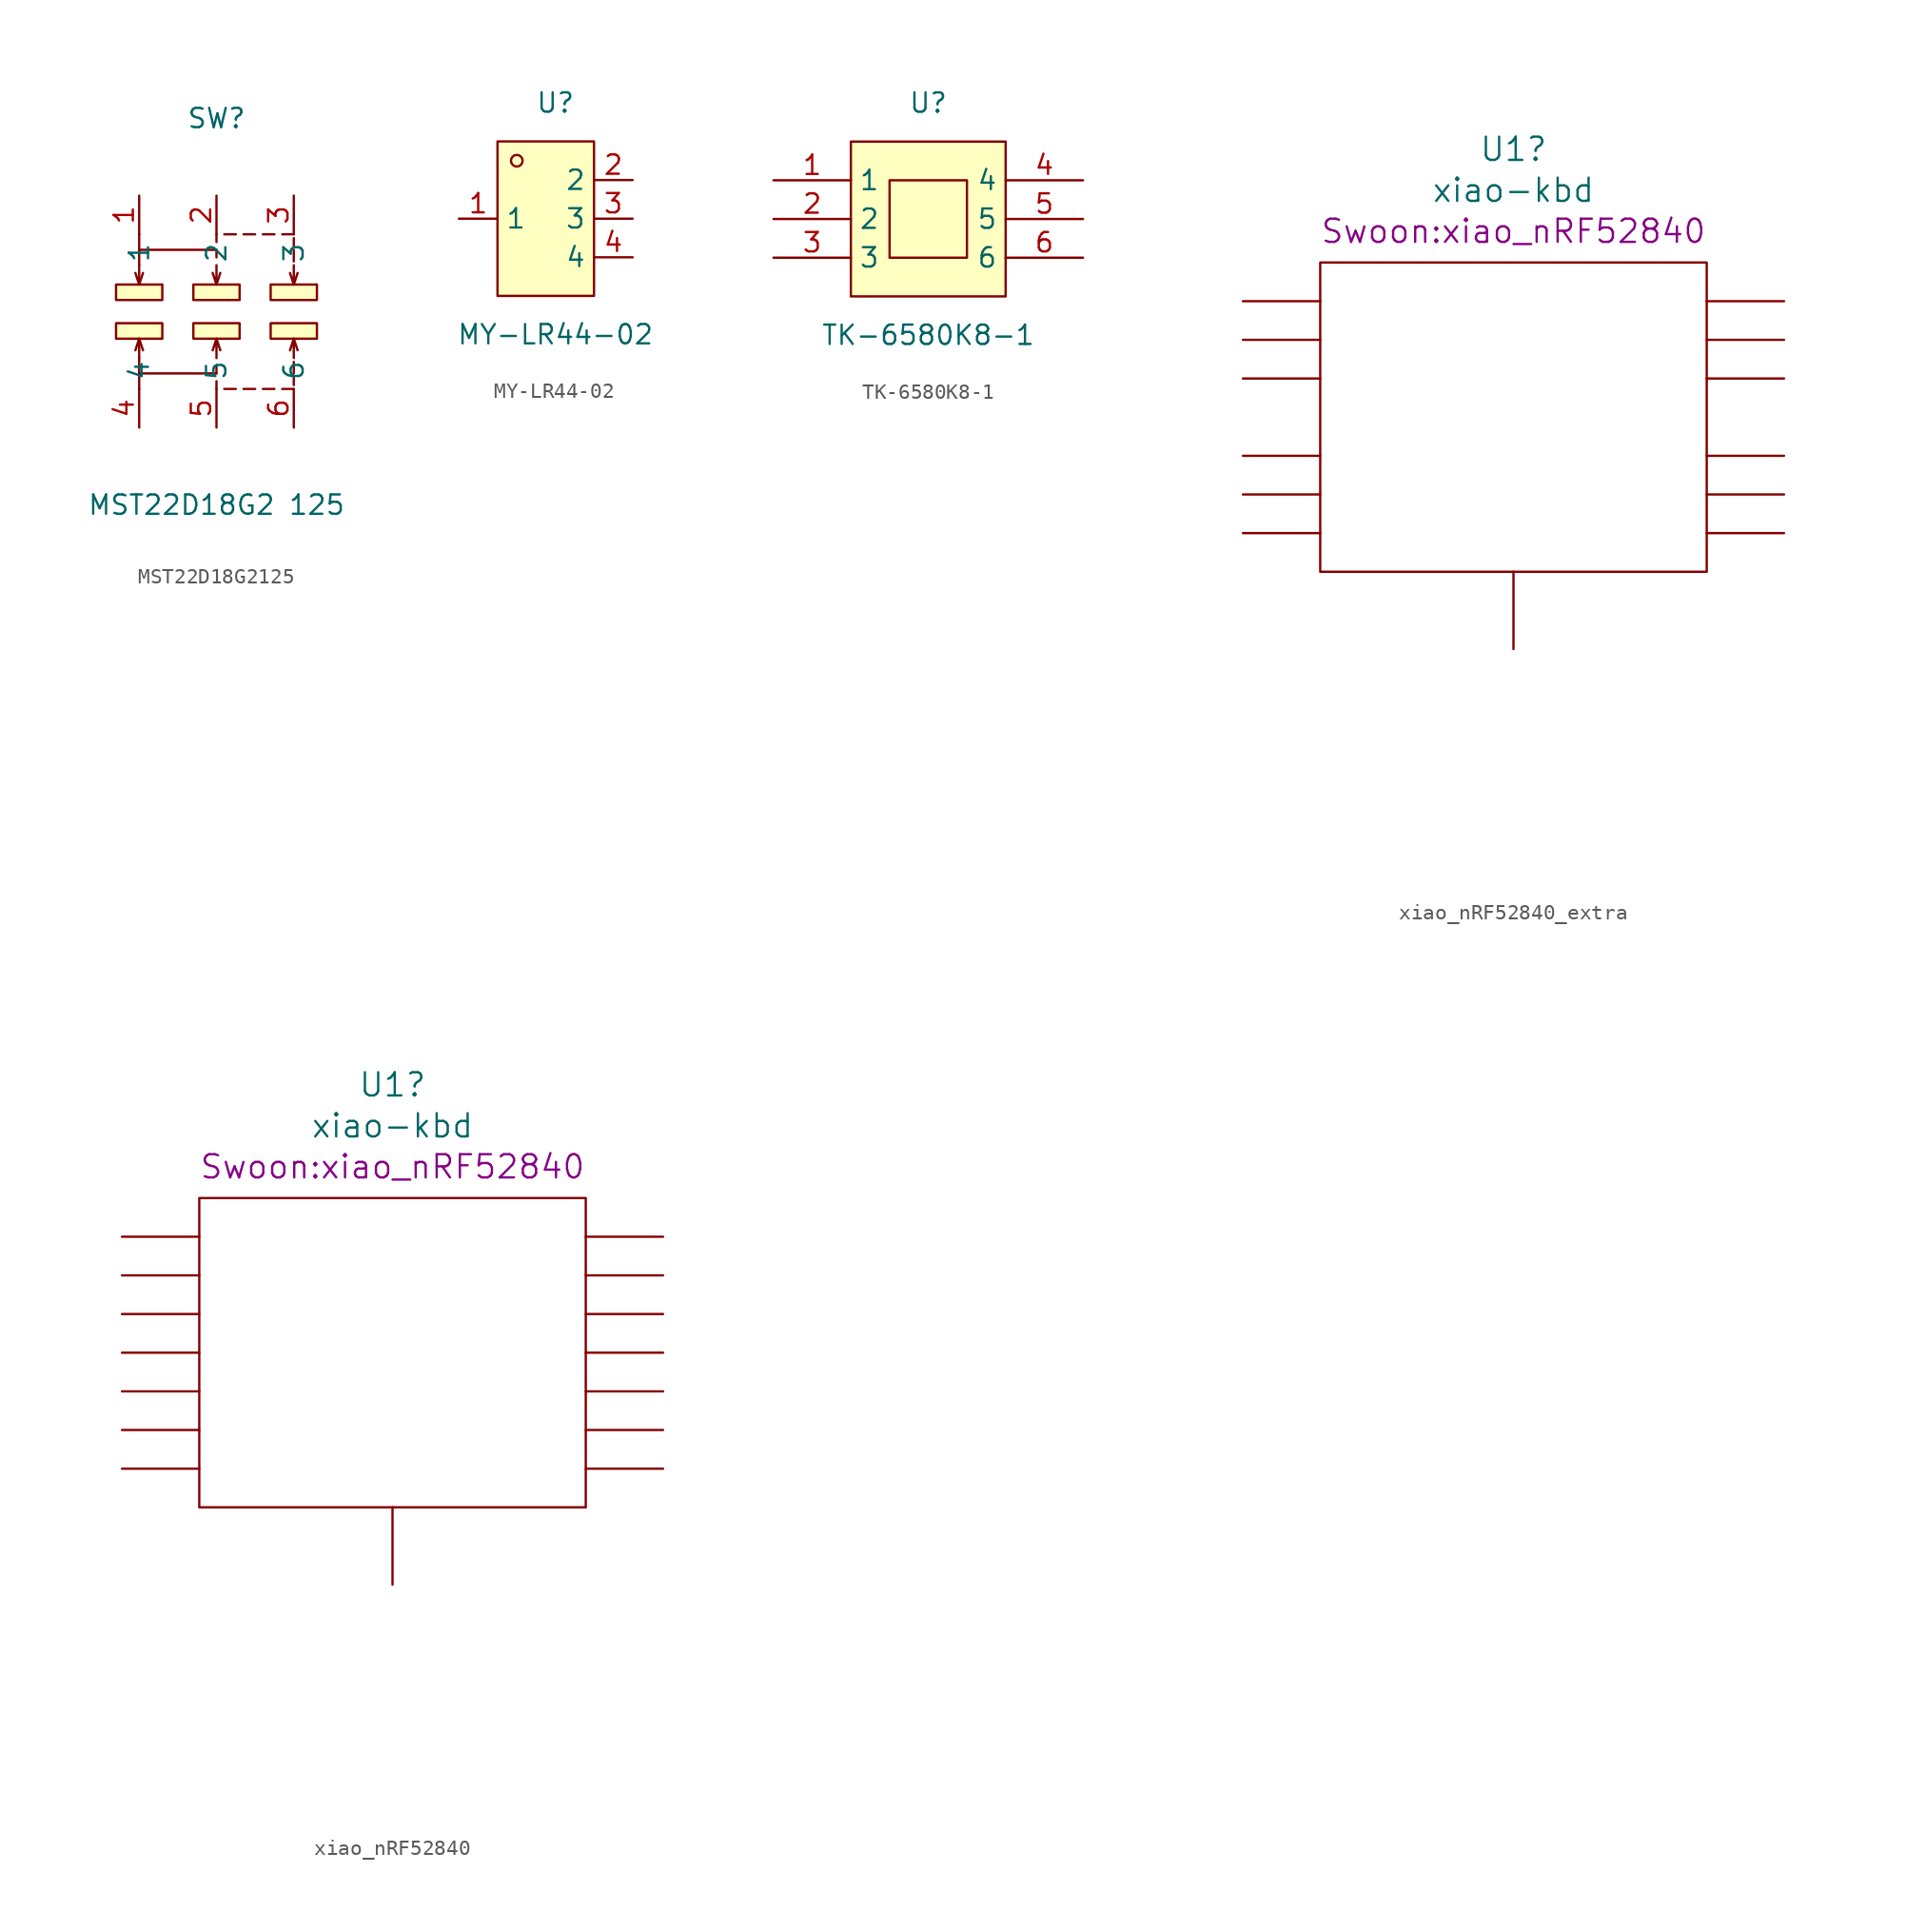
<source format=kicad_sym>
(kicad_symbol_lib
  (version 20231120)
  (generator "kicad_symbol_editor")
  (generator_version "8.0")
  (symbol "MST22D18G2125"
    (property "Reference" "SW"
      (at 0 12.7 0)
      (effects (font (size 1.27 1.27))))
    (property "Value" "MST22D18G2 125"
      (at 0 -12.7 0)
      (effects (font (size 1.27 1.27))))
    (symbol "MST22D18G2125_0_1"
      (rectangle (start -6.6 -0.76) (end -3.56 -1.78) (stroke (width 0) (type default)) (fill (type background)))
      (rectangle (start -6.6 1.78) (end -3.56 0.76) (stroke (width 0) (type default)) (fill (type background)))
      (rectangle (start -1.52 -0.76) (end 1.52 -1.78) (stroke (width 0) (type default)) (fill (type background)))
      (rectangle (start -1.52 1.78) (end 1.52 0.76) (stroke (width 0) (type default)) (fill (type background)))
      (polyline (pts (xy -5.08 -4.06) (xy -5.08 -5.08)) (stroke (width 0) (type default)) (fill (type none)))
      (polyline (pts (xy -5.08 -1.78) (xy -4.83 -2.54)) (stroke (width 0) (type default)) (fill (type none)))
      (polyline (pts (xy -5.08 1.78) (xy -4.83 2.54)) (stroke (width 0) (type default)) (fill (type none)))
      (polyline (pts (xy -5.08 4.06) (xy -5.08 5.08)) (stroke (width 0) (type default)) (fill (type none)))
      (polyline (pts (xy 0 -4.57) (xy 0 -5.08)) (stroke (width 0) (type default)) (fill (type none)))
      (polyline (pts (xy 0 -3.56) (xy 0 -4.06)) (stroke (width 0) (type default)) (fill (type none)))
      (polyline (pts (xy 0 -1.78) (xy 0.25 -2.54)) (stroke (width 0) (type default)) (fill (type none)))
      (polyline (pts (xy 0 1.78) (xy 0.25 2.54)) (stroke (width 0) (type default)) (fill (type none)))
      (polyline (pts (xy 0 3.56) (xy 0 4.06)) (stroke (width 0) (type default)) (fill (type none)))
      (polyline (pts (xy 0 4.57) (xy 0 5.08)) (stroke (width 0) (type default)) (fill (type none)))
      (polyline (pts (xy 0.51 -5.08) (xy 1.27 -5.08)) (stroke (width 0) (type default)) (fill (type none)))
      (polyline (pts (xy 0.51 5.08) (xy 1.27 5.08)) (stroke (width 0) (type default)) (fill (type none)))
      (polyline (pts (xy 1.78 -5.08) (xy 2.54 -5.08)) (stroke (width 0) (type default)) (fill (type none)))
      (polyline (pts (xy 1.78 5.08) (xy 2.54 5.08)) (stroke (width 0) (type default)) (fill (type none)))
      (polyline (pts (xy 3.05 -5.08) (xy 3.81 -5.08)) (stroke (width 0) (type default)) (fill (type none)))
      (polyline (pts (xy 3.05 5.08) (xy 3.81 5.08)) (stroke (width 0) (type default)) (fill (type none)))
      (polyline (pts (xy 4.32 -5.08) (xy 5.08 -5.08)) (stroke (width 0) (type default)) (fill (type none)))
      (polyline (pts (xy 4.32 5.08) (xy 5.08 5.08)) (stroke (width 0) (type default)) (fill (type none)))
      (polyline (pts (xy 5.08 -4.83) (xy 5.08 -4.32)) (stroke (width 0) (type default)) (fill (type none)))
      (polyline (pts (xy 5.08 -4.06) (xy 5.08 -3.3)) (stroke (width 0) (type default)) (fill (type none)))
      (polyline (pts (xy 5.08 -1.78) (xy 5.33 -2.54)) (stroke (width 0) (type default)) (fill (type none)))
      (polyline (pts (xy 5.08 1.78) (xy 5.33 2.54)) (stroke (width 0) (type default)) (fill (type none)))
      (polyline (pts (xy 5.08 4.06) (xy 5.08 3.3)) (stroke (width 0) (type default)) (fill (type none)))
      (polyline (pts (xy 5.08 4.83) (xy 5.08 4.32)) (stroke (width 0) (type default)) (fill (type none)))
      (polyline (pts (xy -5.08 -3.05) (xy -5.08 -4.06) (xy 0 -4.06)) (stroke (width 0) (type default)) (fill (type none)))
      (polyline (pts (xy -5.08 -3.05) (xy -5.08 -1.78) (xy -5.33 -2.54)) (stroke (width 0) (type default)) (fill (type none)))
      (polyline (pts (xy -5.08 3.05) (xy -5.08 1.78) (xy -5.33 2.54)) (stroke (width 0) (type default)) (fill (type none)))
      (polyline (pts (xy -5.08 3.05) (xy -5.08 4.06) (xy 0 4.06)) (stroke (width 0) (type default)) (fill (type none)))
      (polyline (pts (xy 0 -3.05) (xy 0 -1.78) (xy -0.25 -2.54)) (stroke (width 0) (type default)) (fill (type none)))
      (polyline (pts (xy 0 3.05) (xy 0 1.78) (xy -0.25 2.54)) (stroke (width 0) (type default)) (fill (type none)))
      (polyline (pts (xy 5.08 -3.05) (xy 5.08 -1.78) (xy 4.83 -2.54)) (stroke (width 0) (type default)) (fill (type none)))
      (polyline (pts (xy 5.08 3.05) (xy 5.08 1.78) (xy 4.83 2.54)) (stroke (width 0) (type default)) (fill (type none)))
      (rectangle (start 3.56 -0.76) (end 6.6 -1.78) (stroke (width 0) (type default)) (fill (type background)))
      (rectangle (start 3.56 1.78) (end 6.6 0.76) (stroke (width 0) (type default)) (fill (type background)))
      (pin passive line (at -5.08 7.62 270) (length 2.54) (name "1" (effects (font (size 1.27 1.27)))) (number "1" (effects (font (size 1.27 1.27)))))
      (pin passive line (at 0 7.62 270) (length 2.54) (name "2" (effects (font (size 1.27 1.27)))) (number "2" (effects (font (size 1.27 1.27)))))
      (pin passive line (at 5.08 7.62 270) (length 2.54) (name "3" (effects (font (size 1.27 1.27)))) (number "3" (effects (font (size 1.27 1.27)))))
      (pin passive line (at -5.08 -7.62 90) (length 2.54) (name "4" (effects (font (size 1.27 1.27)))) (number "4" (effects (font (size 1.27 1.27)))))
      (pin passive line (at 0 -7.62 90) (length 2.54) (name "5" (effects (font (size 1.27 1.27)))) (number "5" (effects (font (size 1.27 1.27)))))
      (pin passive line (at 5.08 -7.62 90) (length 2.54) (name "6" (effects (font (size 1.27 1.27)))) (number "6" (effects (font (size 1.27 1.27)))))))
  (symbol "MY-LR44-02"
    (property "Reference" "U"
      (at 0 7.62 0)
      (effects (font (size 1.27 1.27))))
    (property "Value" "MY-LR44-02"
      (at 0 -7.62 0)
      (effects (font (size 1.27 1.27))))
    (symbol "MY-LR44-02_0_1"
      (rectangle (start -3.81 5.08) (end 2.54 -5.08) (stroke (width 0) (type default)) (fill (type background)))
      (circle (center -2.54 3.81) (radius 0.38) (stroke (width 0) (type default)) (fill (type none))))
    (symbol "MY-LR44-02_1_1"
      (pin passive line (at -6.35 0 0) (length 2.54) (name "1" (effects (font (size 1.27 1.27)))) (number "1" (effects (font (size 1.27 1.27)))))
      (pin passive line (at 5.08 2.54 180) (length 2.54) (name "2" (effects (font (size 1.27 1.27)))) (number "2" (effects (font (size 1.27 1.27)))))
      (pin passive line (at 5.08 0 180) (length 2.54) (name "3" (effects (font (size 1.27 1.27)))) (number "3" (effects (font (size 1.27 1.27)))))
      (pin passive line (at 5.08 -2.54 180) (length 2.54) (name "4" (effects (font (size 1.27 1.27)))) (number "4" (effects (font (size 1.27 1.27)))))))
  (symbol "TK-6580K8-1"
    (property "Reference" "U"
      (at 0 7.62 0)
      (effects (font (size 1.27 1.27))))
    (property "Value" "TK-6580K8-1"
      (at 0 -7.62 0)
      (effects (font (size 1.27 1.27))))
    (symbol "TK-6580K8-1_0_1"
      (rectangle (start -5.08 5.08) (end 5.08 -5.08) (stroke (width 0) (type default)) (fill (type background)))
      (rectangle (start -2.54 2.54) (end 2.54 -2.54) (stroke (width 0) (type default)) (fill (type background)))
      (pin unspecified line (at -10.16 2.54 0) (length 5.08) (name "1" (effects (font (size 1.27 1.27)))) (number "1" (effects (font (size 1.27 1.27)))))
      (pin unspecified line (at -10.16 0 0) (length 5.08) (name "2" (effects (font (size 1.27 1.27)))) (number "2" (effects (font (size 1.27 1.27)))))
      (pin unspecified line (at -10.16 -2.54 0) (length 5.08) (name "3" (effects (font (size 1.27 1.27)))) (number "3" (effects (font (size 1.27 1.27)))))
      (pin unspecified line (at 10.16 2.54 180) (length 5.08) (name "4" (effects (font (size 1.27 1.27)))) (number "4" (effects (font (size 1.27 1.27)))))
      (pin unspecified line (at 10.16 0 180) (length 5.08) (name "5" (effects (font (size 1.27 1.27)))) (number "5" (effects (font (size 1.27 1.27)))))
      (pin unspecified line (at 10.16 -2.54 180) (length 5.08) (name "6" (effects (font (size 1.27 1.27)))) (number "6" (effects (font (size 1.27 1.27)))))))
  (symbol "xiao_nRF52840_extra"
    (pin_numbers hide)
    (pin_names
      (offset 1.016) hide)
    (property "Reference" "U1"
      (at 0 17.602 0)
      (effects (font (size 1.524 1.524))))
    (property "Value" "xiao-kbd"
      (at 0 14.91 0)
      (effects (font (size 1.524 1.524))))
    (property "Footprint" "Swoon:xiao_nRF52840"
      (at 0 12.217 0)
      (effects (font (size 1.524 1.524))))
    (property "Datasheet" ""
      (at 2.54 -26.67 0)
      (effects (font (size 1.524 1.524))))
    (symbol "xiao_nRF52840_extra_0_1"
      (rectangle (start -12.7 10.16) (end 12.7 -10.16) (stroke (width 0) (type default)) (fill (type none))))
    (symbol "xiao_nRF52840_extra_1_1"
      (pin bidirectional line (at -17.78 7.62 0) (length 5.08) (name "D0" (effects (font (size 1.27 1.27)))) (number "1" (effects (font (size 1.27 1.27)))))
      (pin bidirectional line (at 17.78 -2.54 180) (length 5.08) (name "D9" (effects (font (size 1.27 1.27)))) (number "10" (effects (font (size 1.27 1.27)))))
      (pin power_out line (at 17.78 2.54 180) (length 5.08) (name "3v3" (effects (font (size 1.27 1.27)))) (number "12" (effects (font (size 1.27 1.27)))))
      (pin power_out line (at 17.78 5.08 180) (length 5.08) (name "GND" (effects (font (size 1.27 1.27)))) (number "13" (effects (font (size 1.27 1.27)))))
      (pin power_out line (at 17.78 7.62 180) (length 5.08) (name "5v" (effects (font (size 1.27 1.27)))) (number "14" (effects (font (size 1.27 1.27)))))
      (pin passive line (at 0 -15.24 90) (length 5.08) (name "BAT+" (effects (font (size 1.27 1.27)))) (number "15" (effects (font (size 1.27 1.27)))))
      (pin passive line (at -11.43 7.62 180) (length 1.27) hide (name "hole" (effects (font (size 1.27 1.27)))) (number "16" (effects (font (size 1.27 1.27)))))
      (pin passive line (at -11.43 5.08 180) (length 1.27) hide (name "hole" (effects (font (size 1.27 1.27)))) (number "17" (effects (font (size 1.27 1.27)))))
      (pin passive line (at -11.43 2.54 180) (length 1.27) hide (name "hole" (effects (font (size 1.27 1.27)))) (number "18" (effects (font (size 1.27 1.27)))))
      (pin passive line (at -11.43 0 180) (length 1.27) hide (name "hole" (effects (font (size 1.27 1.27)))) (number "19" (effects (font (size 1.27 1.27)))))
      (pin bidirectional line (at -17.78 5.08 0) (length 5.08) (name "D1" (effects (font (size 1.27 1.27)))) (number "2" (effects (font (size 1.27 1.27)))))
      (pin passive line (at -11.43 -2.54 180) (length 1.27) hide (name "hole" (effects (font (size 1.27 1.27)))) (number "20" (effects (font (size 1.27 1.27)))))
      (pin passive line (at -11.43 -5.08 180) (length 1.27) hide (name "hole" (effects (font (size 1.27 1.27)))) (number "21" (effects (font (size 1.27 1.27)))))
      (pin passive line (at -11.43 -7.62 180) (length 1.27) hide (name "hole" (effects (font (size 1.27 1.27)))) (number "22" (effects (font (size 1.27 1.27)))))
      (pin passive line (at 11.43 -7.62 0) (length 1.27) hide (name "hole" (effects (font (size 1.27 1.27)))) (number "23" (effects (font (size 1.27 1.27)))))
      (pin passive line (at 11.43 -5.08 0) (length 1.27) hide (name "hole" (effects (font (size 1.27 1.27)))) (number "24" (effects (font (size 1.27 1.27)))))
      (pin passive line (at 11.43 -2.54 0) (length 1.27) hide (name "hole" (effects (font (size 1.27 1.27)))) (number "25" (effects (font (size 1.27 1.27)))))
      (pin passive line (at 11.43 0 0) (length 1.27) hide (name "hole" (effects (font (size 1.27 1.27)))) (number "26" (effects (font (size 1.27 1.27)))))
      (pin passive line (at 11.43 2.54 0) (length 1.27) hide (name "hole" (effects (font (size 1.27 1.27)))) (number "27" (effects (font (size 1.27 1.27)))))
      (pin passive line (at 11.43 5.08 0) (length 1.27) hide (name "hole" (effects (font (size 1.27 1.27)))) (number "28" (effects (font (size 1.27 1.27)))))
      (pin passive line (at 11.43 7.62 0) (length 1.27) hide (name "hole" (effects (font (size 1.27 1.27)))) (number "29" (effects (font (size 1.27 1.27)))))
      (pin bidirectional line (at -17.78 2.54 0) (length 5.08) (name "D2" (effects (font (size 1.27 1.27)))) (number "3" (effects (font (size 1.27 1.27)))))
      (pin bidirectional line (at -17.78 -2.54 0) (length 5.08) (name "D4" (effects (font (size 1.27 1.27)))) (number "5" (effects (font (size 1.27 1.27)))))
      (pin bidirectional line (at -17.78 -5.08 0) (length 5.08) (name "D5" (effects (font (size 1.27 1.27)))) (number "6" (effects (font (size 1.27 1.27)))))
      (pin bidirectional line (at -17.78 -7.62 0) (length 5.08) (name "D6" (effects (font (size 1.27 1.27)))) (number "7" (effects (font (size 1.27 1.27)))))
      (pin bidirectional line (at 17.78 -7.62 180) (length 5.08) (name "D7" (effects (font (size 1.27 1.27)))) (number "8" (effects (font (size 1.27 1.27)))))
      (pin bidirectional line (at 17.78 -5.08 180) (length 5.08) (name "D8" (effects (font (size 1.27 1.27)))) (number "9" (effects (font (size 1.27 1.27)))))))
  (symbol "xiao_nRF52840"
    (pin_numbers hide)
    (pin_names
      (offset 1.016) hide)
    (property "Reference" "U1"
      (at 0 17.602 0)
      (effects (font (size 1.524 1.524))))
    (property "Value" "xiao-kbd"
      (at 0 14.91 0)
      (effects (font (size 1.524 1.524))))
    (property "Footprint" "Swoon:xiao_nRF52840"
      (at 0 12.217 0)
      (effects (font (size 1.524 1.524))))
    (property "Datasheet" ""
      (at 2.54 -26.67 0)
      (effects (font (size 1.524 1.524))))
    (symbol "xiao_nRF52840_0_1"
      (rectangle (start -12.7 10.16) (end 12.7 -10.16) (stroke (width 0) (type default)) (fill (type none))))
    (symbol "xiao_nRF52840_1_1"
      (pin bidirectional line (at -17.78 7.62 0) (length 5.08) (name "D0" (effects (font (size 1.27 1.27)))) (number "1" (effects (font (size 1.27 1.27)))))
      (pin bidirectional line (at 17.78 -2.54 180) (length 5.08) (name "D9" (effects (font (size 1.27 1.27)))) (number "10" (effects (font (size 1.27 1.27)))))
      (pin bidirectional line (at 17.78 0 180) (length 5.08) (name "D10" (effects (font (size 1.27 1.27)))) (number "11" (effects (font (size 1.27 1.27)))))
      (pin power_out line (at 17.78 2.54 180) (length 5.08) (name "3v3" (effects (font (size 1.27 1.27)))) (number "12" (effects (font (size 1.27 1.27)))))
      (pin power_out line (at 17.78 5.08 180) (length 5.08) (name "GND" (effects (font (size 1.27 1.27)))) (number "13" (effects (font (size 1.27 1.27)))))
      (pin power_out line (at 17.78 7.62 180) (length 5.08) (name "5v" (effects (font (size 1.27 1.27)))) (number "14" (effects (font (size 1.27 1.27)))))
      (pin passive line (at 0 -15.24 90) (length 5.08) (name "BAT+" (effects (font (size 1.27 1.27)))) (number "15" (effects (font (size 1.27 1.27)))))
      (pin bidirectional line (at -17.78 5.08 0) (length 5.08) (name "D1" (effects (font (size 1.27 1.27)))) (number "2" (effects (font (size 1.27 1.27)))))
      (pin bidirectional line (at -17.78 2.54 0) (length 5.08) (name "D2" (effects (font (size 1.27 1.27)))) (number "3" (effects (font (size 1.27 1.27)))))
      (pin bidirectional line (at -17.78 0 0) (length 5.08) (name "D3" (effects (font (size 1.27 1.27)))) (number "4" (effects (font (size 1.27 1.27)))))
      (pin bidirectional line (at -17.78 -2.54 0) (length 5.08) (name "D4" (effects (font (size 1.27 1.27)))) (number "5" (effects (font (size 1.27 1.27)))))
      (pin bidirectional line (at -17.78 -5.08 0) (length 5.08) (name "D5" (effects (font (size 1.27 1.27)))) (number "6" (effects (font (size 1.27 1.27)))))
      (pin bidirectional line (at -17.78 -7.62 0) (length 5.08) (name "D6" (effects (font (size 1.27 1.27)))) (number "7" (effects (font (size 1.27 1.27)))))
      (pin bidirectional line (at 17.78 -7.62 180) (length 5.08) (name "D7" (effects (font (size 1.27 1.27)))) (number "8" (effects (font (size 1.27 1.27)))))
      (pin bidirectional line (at 17.78 -5.08 180) (length 5.08) (name "D8" (effects (font (size 1.27 1.27)))) (number "9" (effects (font (size 1.27 1.27))))))))
</source>
